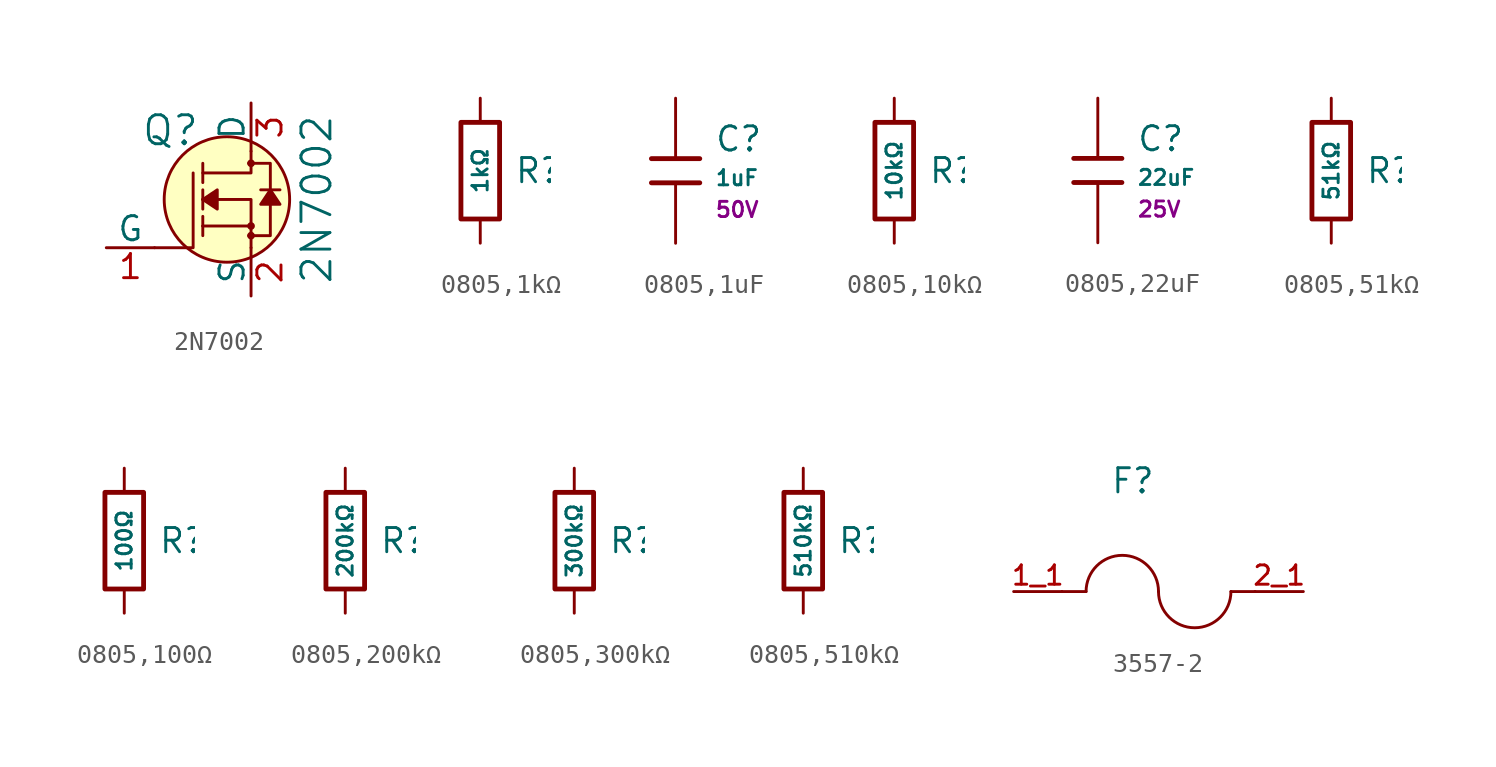
<source format=kicad_sym>
(kicad_symbol_lib
  (version 20241209)
  (generator "kicad_symbol_editor")
  (generator_version "9.0")
  (symbol "2N7002"
    (pin_names
      (offset 0))
    (property "Reference" "Q"
      (at -2.692 3.632 0)
      (effects (font (size 1.524 1.524)) (justify right)))
    (property "Value" "2N7002"
      (at 3.454 0 90)
      (effects (font (size 1.524 1.524))))
    (symbol "2N7002_0_1"
      (polyline (pts (xy -5.08 -2.54) (xy -3.048 -2.54) (xy -3.048 1.397)) (stroke (width 0) (type solid)) (fill (type none)))
      (circle (center -1.27 0) (radius 3.302) (stroke (width 0) (type solid)) (fill (type background)))
      (polyline (pts (xy -0.127 -1.905) (xy 1.016 -1.905) (xy 1.016 1.397) (xy 1.016 1.905) (xy -0.127 1.905)) (stroke (width 0) (type solid)) (fill (type none)))
      (polyline (pts (xy 0 2.54) (xy 0 1.397) (xy -2.54 1.397)) (stroke (width 0) (type solid)) (fill (type none)))
      (circle (center 0 1.905) (radius 0.127) (stroke (width 0) (type solid)) (fill (type none)))
      (polyline (pts (xy 0 -1.397) (xy -2.54 -1.397)) (stroke (width 0) (type solid)) (fill (type none)))
      (circle (center 0 -1.397) (radius 0.127) (stroke (width 0) (type solid)) (fill (type none)))
      (circle (center 0 -1.905) (radius 0.127) (stroke (width 0) (type solid)) (fill (type none)))
      (polyline (pts (xy 0 -2.54) (xy 0 0) (xy -2.54 0)) (stroke (width 0) (type solid)) (fill (type none))))
    (symbol "2N7002_1_1"
      (polyline (pts (xy -2.54 1.905) (xy -2.54 0.889)) (stroke (width 0) (type solid)) (fill (type none)))
      (polyline (pts (xy -2.54 0) (xy -2.54 0.508)) (stroke (width 0) (type solid)) (fill (type none)))
      (polyline (pts (xy -2.54 0) (xy -2.54 -0.508)) (stroke (width 0) (type solid)) (fill (type none)))
      (polyline (pts (xy -2.54 0) (xy -1.778 0.508) (xy -1.778 -0.508) (xy -2.54 0)) (stroke (width 0) (type solid)) (fill (type outline)))
      (polyline (pts (xy -2.54 -1.397) (xy -2.54 -0.889)) (stroke (width 0) (type solid)) (fill (type none)))
      (polyline (pts (xy -2.54 -1.397) (xy -2.54 -1.905)) (stroke (width 0) (type solid)) (fill (type none)))
      (polyline (pts (xy 1.016 0.508) (xy 0.508 -0.254) (xy 1.524 -0.254) (xy 1.016 0.508)) (stroke (width 0) (type solid)) (fill (type outline)))
      (polyline (pts (xy 1.524 0.508) (xy 0.508 0.508)) (stroke (width 0) (type solid)) (fill (type none)))
      (pin bidirectional line (at -7.62 -2.54 0) (length 2.54) (name "G" (effects (font (size 1.27 1.27)))) (number "1" (effects (font (size 1.27 1.27)))))
      (pin bidirectional line (at 0 5.08 270) (length 2.54) (name "D" (effects (font (size 1.27 1.27)))) (number "3" (effects (font (size 1.27 1.27)))))
      (pin bidirectional line (at 0 -5.08 90) (length 2.54) (name "S" (effects (font (size 1.27 1.27)))) (number "2" (effects (font (size 1.27 1.27)))))))
  (symbol "0805,1kΩ"
    (pin_numbers
      (hide yes))
    (pin_names
      (offset 0))
    (property "Reference" "R"
      (at 1.778 0 0)
      (effects (font (size 1.27 1.27)) (justify left)))
    (property "Value" "1kΩ"
      (at 0 0 90)
      (do_not_autoplace)
      (effects (font (size 0.8 0.8))))
    (symbol "0805,1kΩ_0_1"
      (rectangle (start -1.016 2.54) (end 1.016 -2.54) (stroke (width 0.254) (type default)) (fill (type none))))
    (symbol "0805,1kΩ_1_1"
      (pin passive line (at 0 3.81 270) (length 1.27) (name "~" (effects (font (size 1.27 1.27)))) (number "1" (effects (font (size 1.27 1.27)))))
      (pin passive line (at 0 -3.81 90) (length 1.27) (name "~" (effects (font (size 1.27 1.27)))) (number "2" (effects (font (size 1.27 1.27)))))))
  (symbol "0805,1uF"
    (pin_numbers
      (hide yes))
    (pin_names
      (offset 0))
    (property "Reference" "C"
      (at 2.032 1.668 0)
      (effects (font (size 1.27 1.27)) (justify left)))
    (property "Value" "1uF"
      (at 2.032 -0.378 0)
      (effects (font (size 0.8 0.8)) (justify left)))
    (property "Voltage Rated" "50V"
      (at 2.032 -2.046 0)
      (effects (font (size 0.8 0.8)) (justify left)))
    (symbol "0805,1uF_0_1"
      (polyline (pts (xy -1.27 0.635) (xy 1.27 0.635)) (stroke (width 0.254) (type default)) (fill (type none)))
      (polyline (pts (xy -1.27 -0.635) (xy 1.27 -0.635)) (stroke (width 0.254) (type default)) (fill (type none))))
    (symbol "0805,1uF_1_1"
      (pin passive line (at 0 3.81 270) (length 3.175) (name "~" (effects (font (size 1.27 1.27)))) (number "1" (effects (font (size 1.27 1.27)))))
      (pin passive line (at 0 -3.81 90) (length 3.175) (name "~" (effects (font (size 1.27 1.27)))) (number "2" (effects (font (size 1.27 1.27)))))))
  (symbol "0805,10kΩ"
    (pin_numbers
      (hide yes))
    (pin_names
      (offset 0))
    (property "Reference" "R"
      (at 1.778 0 0)
      (effects (font (size 1.27 1.27)) (justify left)))
    (property "Value" "10kΩ"
      (at 0 0 90)
      (do_not_autoplace)
      (effects (font (size 0.8 0.8))))
    (symbol "0805,10kΩ_0_1"
      (rectangle (start -1.016 2.54) (end 1.016 -2.54) (stroke (width 0.254) (type default)) (fill (type none))))
    (symbol "0805,10kΩ_1_1"
      (pin passive line (at 0 3.81 270) (length 1.27) (name "~" (effects (font (size 1.27 1.27)))) (number "1" (effects (font (size 1.27 1.27)))))
      (pin passive line (at 0 -3.81 90) (length 1.27) (name "~" (effects (font (size 1.27 1.27)))) (number "2" (effects (font (size 1.27 1.27)))))))
  (symbol "0805,22uF"
    (pin_numbers
      (hide yes))
    (pin_names
      (offset 0))
    (property "Reference" "C"
      (at 2.032 1.668 0)
      (effects (font (size 1.27 1.27)) (justify left)))
    (property "Value" "22uF"
      (at 2.032 -0.378 0)
      (effects (font (size 0.8 0.8)) (justify left)))
    (property "Voltage Rated" "25V"
      (at 2.032 -2.046 0)
      (effects (font (size 0.8 0.8)) (justify left)))
    (symbol "0805,22uF_0_1"
      (polyline (pts (xy -1.27 0.635) (xy 1.27 0.635)) (stroke (width 0.254) (type default)) (fill (type none)))
      (polyline (pts (xy -1.27 -0.635) (xy 1.27 -0.635)) (stroke (width 0.254) (type default)) (fill (type none))))
    (symbol "0805,22uF_1_1"
      (pin passive line (at 0 3.81 270) (length 3.175) (name "~" (effects (font (size 1.27 1.27)))) (number "1" (effects (font (size 1.27 1.27)))))
      (pin passive line (at 0 -3.81 90) (length 3.175) (name "~" (effects (font (size 1.27 1.27)))) (number "2" (effects (font (size 1.27 1.27)))))))
  (symbol "0805,51kΩ"
    (pin_numbers
      (hide yes))
    (pin_names
      (offset 0))
    (property "Reference" "R"
      (at 1.778 0 0)
      (effects (font (size 1.27 1.27)) (justify left)))
    (property "Value" "51kΩ"
      (at 0 0 90)
      (do_not_autoplace)
      (effects (font (size 0.8 0.8))))
    (symbol "0805,51kΩ_0_1"
      (rectangle (start -1.016 2.54) (end 1.016 -2.54) (stroke (width 0.254) (type default)) (fill (type none))))
    (symbol "0805,51kΩ_1_1"
      (pin passive line (at 0 3.81 270) (length 1.27) (name "~" (effects (font (size 1.27 1.27)))) (number "1" (effects (font (size 1.27 1.27)))))
      (pin passive line (at 0 -3.81 90) (length 1.27) (name "~" (effects (font (size 1.27 1.27)))) (number "2" (effects (font (size 1.27 1.27)))))))
  (symbol "0805,100Ω"
    (pin_numbers
      (hide yes))
    (pin_names
      (offset 0))
    (property "Reference" "R"
      (at 1.778 0 0)
      (effects (font (size 1.27 1.27)) (justify left)))
    (property "Value" "100Ω"
      (at 0 0 90)
      (do_not_autoplace)
      (effects (font (size 0.8 0.8))))
    (symbol "0805,100Ω_0_1"
      (rectangle (start -1.016 2.54) (end 1.016 -2.54) (stroke (width 0.254) (type default)) (fill (type none))))
    (symbol "0805,100Ω_1_1"
      (pin passive line (at 0 3.81 270) (length 1.27) (name "~" (effects (font (size 1.27 1.27)))) (number "1" (effects (font (size 1.27 1.27)))))
      (pin passive line (at 0 -3.81 90) (length 1.27) (name "~" (effects (font (size 1.27 1.27)))) (number "2" (effects (font (size 1.27 1.27)))))))
  (symbol "0805,200kΩ"
    (pin_numbers
      (hide yes))
    (pin_names
      (offset 0))
    (property "Reference" "R"
      (at 1.778 0 0)
      (effects (font (size 1.27 1.27)) (justify left)))
    (property "Value" "200kΩ"
      (at 0 0 90)
      (do_not_autoplace)
      (effects (font (size 0.8 0.8))))
    (symbol "0805,200kΩ_0_1"
      (rectangle (start -1.016 2.54) (end 1.016 -2.54) (stroke (width 0.254) (type default)) (fill (type none))))
    (symbol "0805,200kΩ_1_1"
      (pin passive line (at 0 3.81 270) (length 1.27) (name "~" (effects (font (size 1.27 1.27)))) (number "1" (effects (font (size 1.27 1.27)))))
      (pin passive line (at 0 -3.81 90) (length 1.27) (name "~" (effects (font (size 1.27 1.27)))) (number "2" (effects (font (size 1.27 1.27)))))))
  (symbol "0805,300kΩ"
    (pin_numbers
      (hide yes))
    (pin_names
      (offset 0))
    (property "Reference" "R"
      (at 1.778 0 0)
      (effects (font (size 1.27 1.27)) (justify left)))
    (property "Value" "300kΩ"
      (at 0 0 90)
      (do_not_autoplace)
      (effects (font (size 0.8 0.8))))
    (symbol "0805,300kΩ_0_1"
      (rectangle (start -1.016 2.54) (end 1.016 -2.54) (stroke (width 0.254) (type default)) (fill (type none))))
    (symbol "0805,300kΩ_1_1"
      (pin passive line (at 0 3.81 270) (length 1.27) (name "~" (effects (font (size 1.27 1.27)))) (number "1" (effects (font (size 1.27 1.27)))))
      (pin passive line (at 0 -3.81 90) (length 1.27) (name "~" (effects (font (size 1.27 1.27)))) (number "2" (effects (font (size 1.27 1.27)))))))
  (symbol "0805,510kΩ"
    (pin_numbers
      (hide yes))
    (pin_names
      (offset 0))
    (property "Reference" "R"
      (at 1.778 0 0)
      (effects (font (size 1.27 1.27)) (justify left)))
    (property "Value" "510kΩ"
      (at 0 0 90)
      (do_not_autoplace)
      (effects (font (size 0.8 0.8))))
    (symbol "0805,510kΩ_0_1"
      (rectangle (start -1.016 2.54) (end 1.016 -2.54) (stroke (width 0.254) (type default)) (fill (type none))))
    (symbol "0805,510kΩ_1_1"
      (pin passive line (at 0 3.81 270) (length 1.27) (name "~" (effects (font (size 1.27 1.27)))) (number "1" (effects (font (size 1.27 1.27)))))
      (pin passive line (at 0 -3.81 90) (length 1.27) (name "~" (effects (font (size 1.27 1.27)))) (number "2" (effects (font (size 1.27 1.27)))))))
  (symbol "3557-2"
    (pin_names
      (offset 1.016))
    (property "Reference" "F"
      (at -2.54 5.08 0)
      (effects (font (size 1.27 1.27)) (justify left bottom)))
    (symbol "3557-2_0_0"
      (polyline (pts (xy -5.08 0) (xy -3.81 0)) (stroke (width 0.152) (type default)) (fill (type none)))
      (arc (start -3.81 0) (mid -1.905 1.8967) (end 0 0) (stroke (width 0.1524) (type default)) (fill (type none)))
      (arc (start 3.81 0) (mid 1.905 -1.8967) (end 0 0) (stroke (width 0.1524) (type default)) (fill (type none)))
      (polyline (pts (xy 5.08 0) (xy 3.81 0)) (stroke (width 0.152) (type default)) (fill (type none)))
      (pin passive line (at -7.62 0 0) (length 2.54) (name "~" (effects (font (size 1.016 1.016)))) (number "1_1" (effects (font (size 1.016 1.016)))))
      (pin passive line (at 7.62 0 180) (length 2.54) (name "~" (effects (font (size 1.016 1.016)))) (number "2_1" (effects (font (size 1.016 1.016))))))))
</source>
